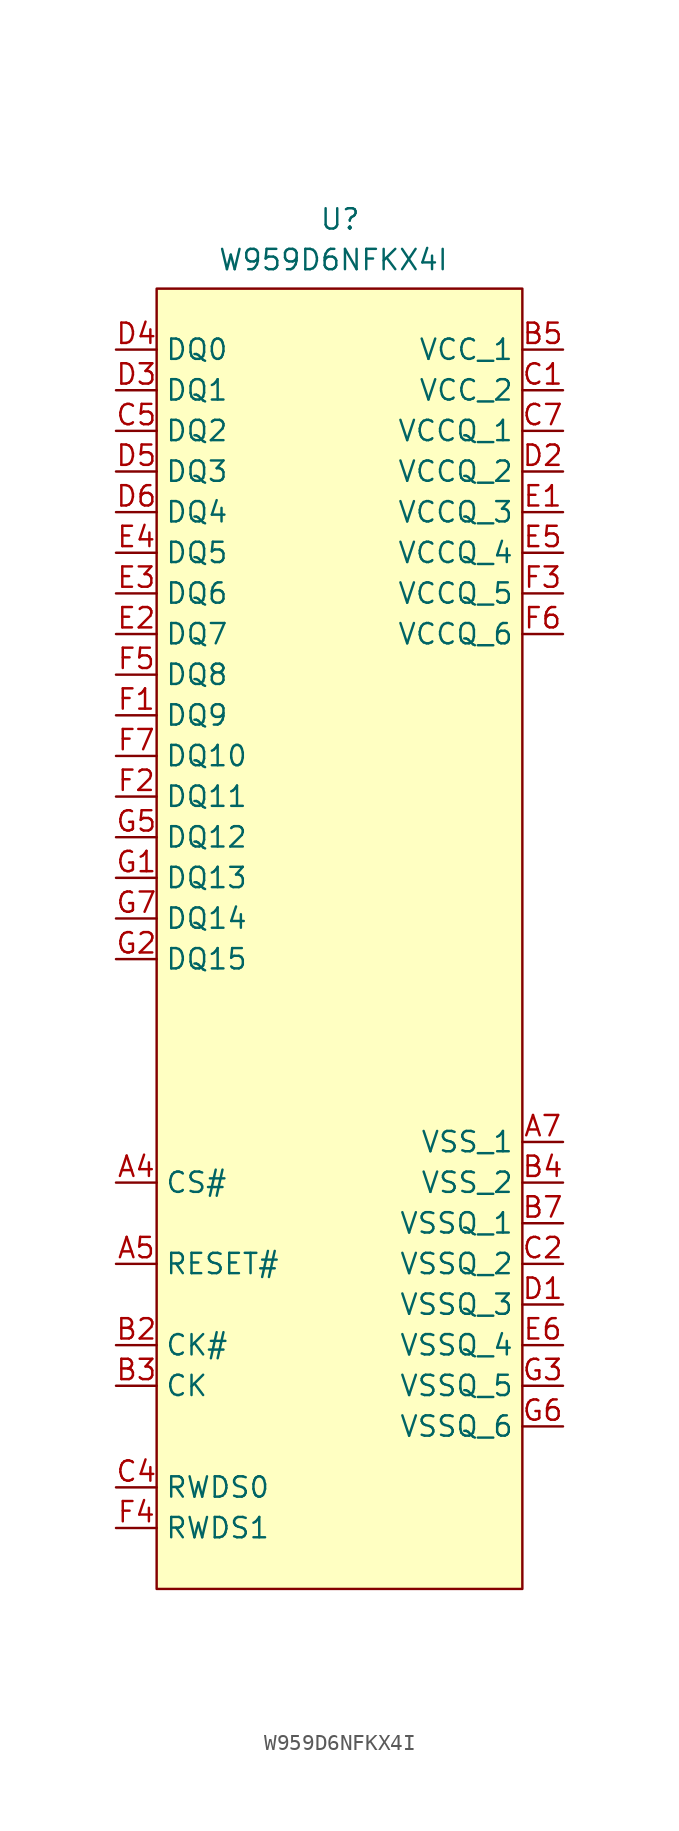
<source format=kicad_sym>
(kicad_symbol_lib
  (version 20231120)
  (generator "kicad_symbol_editor")
  (generator_version "8.0")
  (symbol "W959D6NFKX4I"
    (property "Reference" "U"
      (at 10.16 8.89 0)
      (effects (font (size 1.27 1.27)) (justify left top)))
    (property "Value" "W959D6NFKX4I"
      (at 3.81 6.35 0)
      (effects (font (size 1.27 1.27)) (justify left top)))
    (symbol "W959D6NFKX4I_1_1"
      (rectangle (start 0 3.81) (end 22.86 -77.47) (stroke (width 0) (type default)) (fill (type background)))
      (pin passive line (at -2.54 -52.07 0) (length 2.54) (name "CS#" (effects (font (size 1.27 1.27)))) (number "A4" (effects (font (size 1.27 1.27)))))
      (pin passive line (at -2.54 -57.15 0) (length 2.54) (name "RESET#" (effects (font (size 1.27 1.27)))) (number "A5" (effects (font (size 1.27 1.27)))))
      (pin passive line (at 25.4 -49.53 180) (length 2.54) (name "VSS_1" (effects (font (size 1.27 1.27)))) (number "A7" (effects (font (size 1.27 1.27)))))
      (pin passive line (at -2.54 -62.23 0) (length 2.54) (name "CK#" (effects (font (size 1.27 1.27)))) (number "B2" (effects (font (size 1.27 1.27)))))
      (pin passive line (at -2.54 -64.77 0) (length 2.54) (name "CK" (effects (font (size 1.27 1.27)))) (number "B3" (effects (font (size 1.27 1.27)))))
      (pin passive line (at 25.4 -52.07 180) (length 2.54) (name "VSS_2" (effects (font (size 1.27 1.27)))) (number "B4" (effects (font (size 1.27 1.27)))))
      (pin passive line (at 25.4 0 180) (length 2.54) (name "VCC_1" (effects (font (size 1.27 1.27)))) (number "B5" (effects (font (size 1.27 1.27)))))
      (pin passive line (at 25.4 -54.61 180) (length 2.54) (name "VSSQ_1" (effects (font (size 1.27 1.27)))) (number "B7" (effects (font (size 1.27 1.27)))))
      (pin passive line (at 25.4 -2.54 180) (length 2.54) (name "VCC_2" (effects (font (size 1.27 1.27)))) (number "C1" (effects (font (size 1.27 1.27)))))
      (pin passive line (at 25.4 -57.15 180) (length 2.54) (name "VSSQ_2" (effects (font (size 1.27 1.27)))) (number "C2" (effects (font (size 1.27 1.27)))))
      (pin passive line (at -2.54 -71.12 0) (length 2.54) (name "RWDS0" (effects (font (size 1.27 1.27)))) (number "C4" (effects (font (size 1.27 1.27)))))
      (pin passive line (at -2.54 -5.08 0) (length 2.54) (name "DQ2" (effects (font (size 1.27 1.27)))) (number "C5" (effects (font (size 1.27 1.27)))))
      (pin passive line (at 25.4 -5.08 180) (length 2.54) (name "VCCQ_1" (effects (font (size 1.27 1.27)))) (number "C7" (effects (font (size 1.27 1.27)))))
      (pin passive line (at 25.4 -59.69 180) (length 2.54) (name "VSSQ_3" (effects (font (size 1.27 1.27)))) (number "D1" (effects (font (size 1.27 1.27)))))
      (pin passive line (at 25.4 -7.62 180) (length 2.54) (name "VCCQ_2" (effects (font (size 1.27 1.27)))) (number "D2" (effects (font (size 1.27 1.27)))))
      (pin passive line (at -2.54 -2.54 0) (length 2.54) (name "DQ1" (effects (font (size 1.27 1.27)))) (number "D3" (effects (font (size 1.27 1.27)))))
      (pin passive line (at -2.54 0 0) (length 2.54) (name "DQ0" (effects (font (size 1.27 1.27)))) (number "D4" (effects (font (size 1.27 1.27)))))
      (pin passive line (at -2.54 -7.62 0) (length 2.54) (name "DQ3" (effects (font (size 1.27 1.27)))) (number "D5" (effects (font (size 1.27 1.27)))))
      (pin passive line (at -2.54 -10.16 0) (length 2.54) (name "DQ4" (effects (font (size 1.27 1.27)))) (number "D6" (effects (font (size 1.27 1.27)))))
      (pin passive line (at 25.4 -10.16 180) (length 2.54) (name "VCCQ_3" (effects (font (size 1.27 1.27)))) (number "E1" (effects (font (size 1.27 1.27)))))
      (pin passive line (at -2.54 -17.78 0) (length 2.54) (name "DQ7" (effects (font (size 1.27 1.27)))) (number "E2" (effects (font (size 1.27 1.27)))))
      (pin passive line (at -2.54 -15.24 0) (length 2.54) (name "DQ6" (effects (font (size 1.27 1.27)))) (number "E3" (effects (font (size 1.27 1.27)))))
      (pin passive line (at -2.54 -12.7 0) (length 2.54) (name "DQ5" (effects (font (size 1.27 1.27)))) (number "E4" (effects (font (size 1.27 1.27)))))
      (pin passive line (at 25.4 -12.7 180) (length 2.54) (name "VCCQ_4" (effects (font (size 1.27 1.27)))) (number "E5" (effects (font (size 1.27 1.27)))))
      (pin passive line (at 25.4 -62.23 180) (length 2.54) (name "VSSQ_4" (effects (font (size 1.27 1.27)))) (number "E6" (effects (font (size 1.27 1.27)))))
      (pin passive line (at -2.54 -22.86 0) (length 2.54) (name "DQ9" (effects (font (size 1.27 1.27)))) (number "F1" (effects (font (size 1.27 1.27)))))
      (pin passive line (at -2.54 -27.94 0) (length 2.54) (name "DQ11" (effects (font (size 1.27 1.27)))) (number "F2" (effects (font (size 1.27 1.27)))))
      (pin passive line (at 25.4 -15.24 180) (length 2.54) (name "VCCQ_5" (effects (font (size 1.27 1.27)))) (number "F3" (effects (font (size 1.27 1.27)))))
      (pin passive line (at -2.54 -73.66 0) (length 2.54) (name "RWDS1" (effects (font (size 1.27 1.27)))) (number "F4" (effects (font (size 1.27 1.27)))))
      (pin passive line (at -2.54 -20.32 0) (length 2.54) (name "DQ8" (effects (font (size 1.27 1.27)))) (number "F5" (effects (font (size 1.27 1.27)))))
      (pin passive line (at 25.4 -17.78 180) (length 2.54) (name "VCCQ_6" (effects (font (size 1.27 1.27)))) (number "F6" (effects (font (size 1.27 1.27)))))
      (pin passive line (at -2.54 -25.4 0) (length 2.54) (name "DQ10" (effects (font (size 1.27 1.27)))) (number "F7" (effects (font (size 1.27 1.27)))))
      (pin passive line (at -2.54 -33.02 0) (length 2.54) (name "DQ13" (effects (font (size 1.27 1.27)))) (number "G1" (effects (font (size 1.27 1.27)))))
      (pin passive line (at -2.54 -38.1 0) (length 2.54) (name "DQ15" (effects (font (size 1.27 1.27)))) (number "G2" (effects (font (size 1.27 1.27)))))
      (pin passive line (at 25.4 -64.77 180) (length 2.54) (name "VSSQ_5" (effects (font (size 1.27 1.27)))) (number "G3" (effects (font (size 1.27 1.27)))))
      (pin passive line (at -2.54 -30.48 0) (length 2.54) (name "DQ12" (effects (font (size 1.27 1.27)))) (number "G5" (effects (font (size 1.27 1.27)))))
      (pin passive line (at 25.4 -67.31 180) (length 2.54) (name "VSSQ_6" (effects (font (size 1.27 1.27)))) (number "G6" (effects (font (size 1.27 1.27)))))
      (pin passive line (at -2.54 -35.56 0) (length 2.54) (name "DQ14" (effects (font (size 1.27 1.27)))) (number "G7" (effects (font (size 1.27 1.27))))))))
</source>
